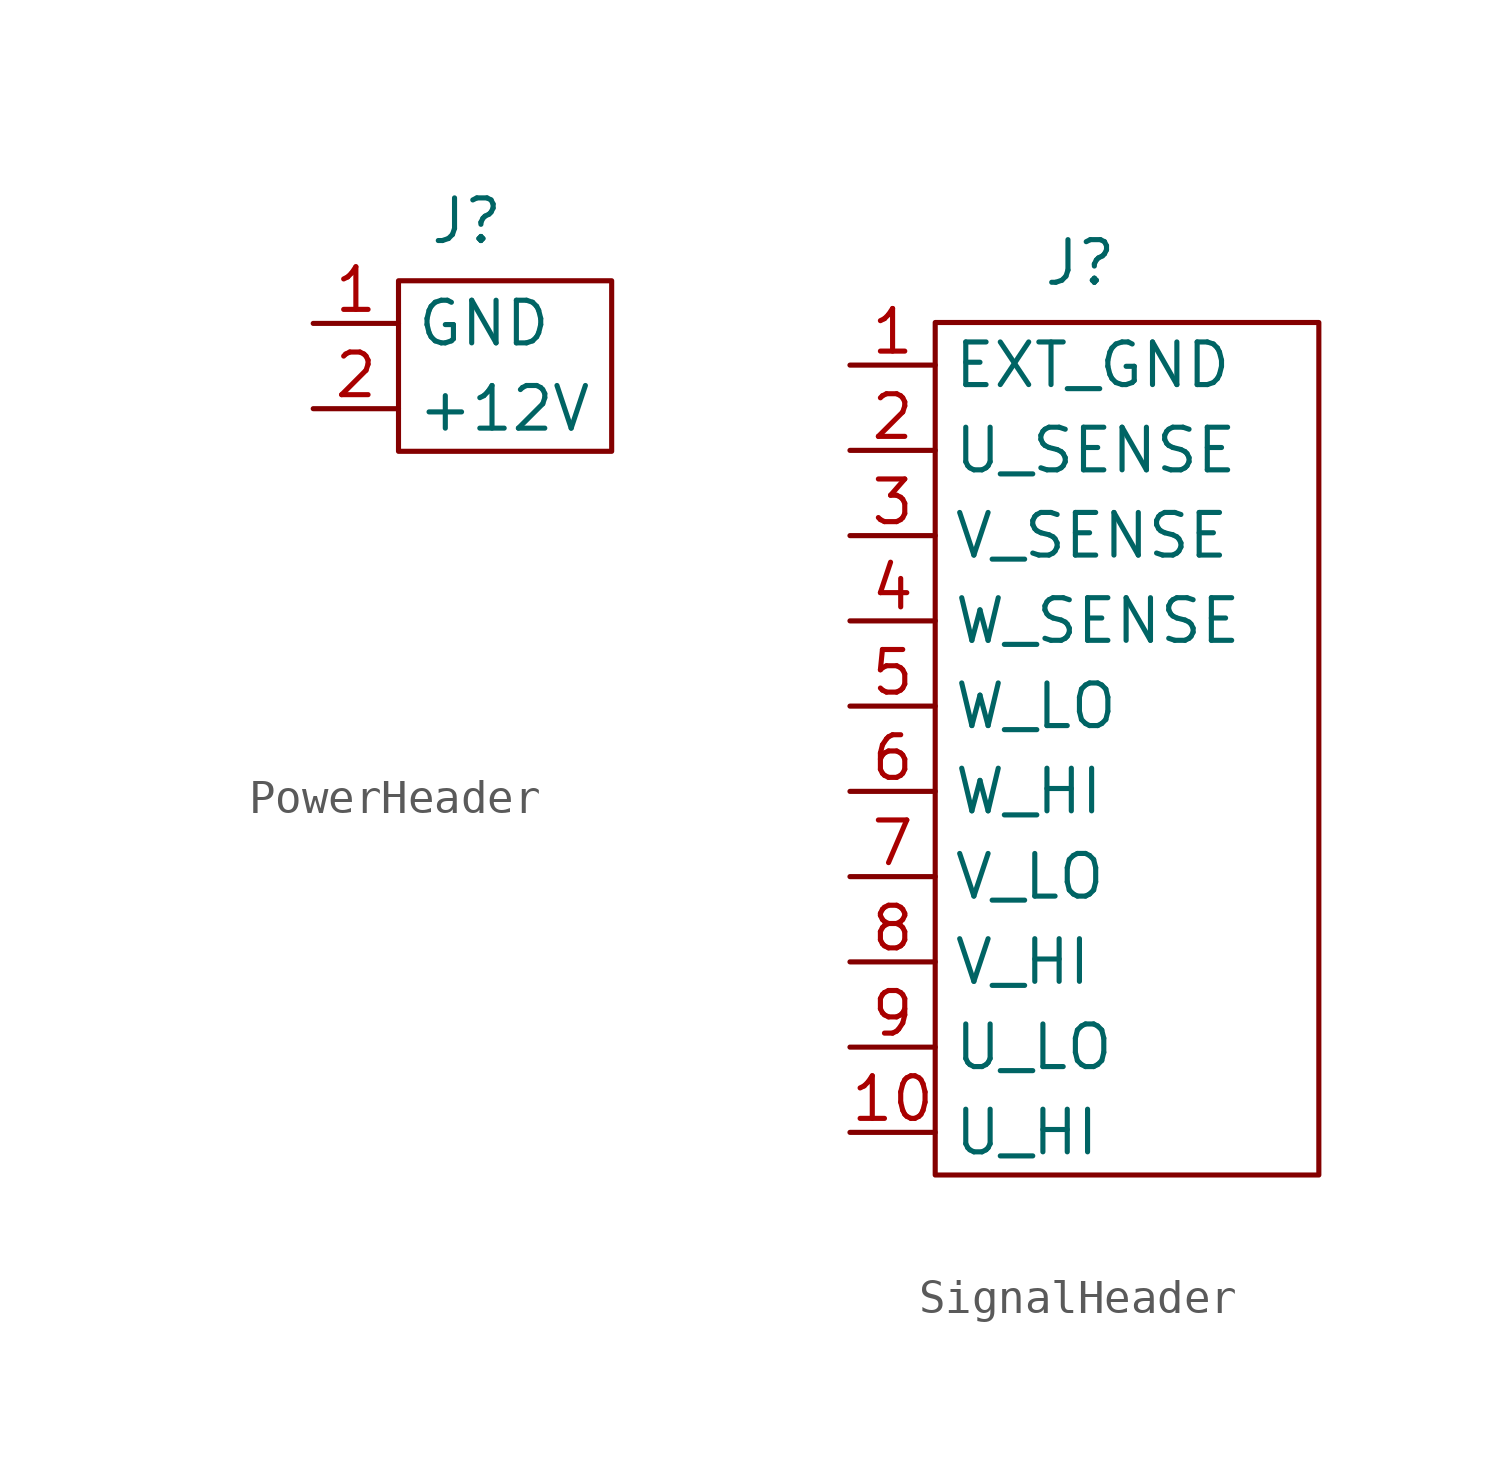
<source format=kicad_sym>
(kicad_symbol_lib
  (version 20231120)
  (generator "kicad_symbol_editor")
  (generator_version "8.0")
  (symbol "PowerHeader"
    (property "Reference" "J"
      (at 0.762 4.318 0)
      (effects (font (size 1.27 1.27))))
    (property "Value" ""
      (at -7.62 -10.16 0)
      (effects (font (size 1.27 1.27))))
    (symbol "PowerHeader_0_1"
      (rectangle (start -1.27 2.54) (end 5.08 -2.54) (stroke (width 0) (type default)) (fill (type none))))
    (symbol "PowerHeader_1_1"
      (pin output line (at -3.81 1.27 0) (length 2.54) (name "GND" (effects (font (size 1.27 1.27)))) (number "1" (effects (font (size 1.27 1.27)))))
      (pin output line (at -3.81 -1.27 0) (length 2.54) (name "+12V" (effects (font (size 1.27 1.27)))) (number "2" (effects (font (size 1.27 1.27)))))))
  (symbol "SignalHeader"
    (property "Reference" "J"
      (at -0.762 14.478 0)
      (effects (font (size 1.27 1.27))))
    (property "Value" ""
      (at -7.62 -10.16 0)
      (effects (font (size 1.27 1.27))))
    (symbol "SignalHeader_0_1"
      (rectangle (start -5.08 12.7) (end 6.35 -12.7) (stroke (width 0) (type default)) (fill (type none))))
    (symbol "SignalHeader_1_1"
      (pin output line (at -7.62 11.43 0) (length 2.54) (name "EXT_GND" (effects (font (size 1.27 1.27)))) (number "1" (effects (font (size 1.27 1.27)))))
      (pin input line (at -7.62 -11.43 0) (length 2.54) (name "U_HI" (effects (font (size 1.27 1.27)))) (number "10" (effects (font (size 1.27 1.27)))))
      (pin output line (at -7.62 8.89 0) (length 2.54) (name "U_SENSE" (effects (font (size 1.27 1.27)))) (number "2" (effects (font (size 1.27 1.27)))))
      (pin output line (at -7.62 6.35 0) (length 2.54) (name "V_SENSE" (effects (font (size 1.27 1.27)))) (number "3" (effects (font (size 1.27 1.27)))))
      (pin output line (at -7.62 3.81 0) (length 2.54) (name "W_SENSE" (effects (font (size 1.27 1.27)))) (number "4" (effects (font (size 1.27 1.27)))))
      (pin output line (at -7.62 1.27 0) (length 2.54) (name "W_LO" (effects (font (size 1.27 1.27)))) (number "5" (effects (font (size 1.27 1.27)))))
      (pin output line (at -7.62 -1.27 0) (length 2.54) (name "W_HI" (effects (font (size 1.27 1.27)))) (number "6" (effects (font (size 1.27 1.27)))))
      (pin output line (at -7.62 -3.81 0) (length 2.54) (name "V_LO" (effects (font (size 1.27 1.27)))) (number "7" (effects (font (size 1.27 1.27)))))
      (pin input line (at -7.62 -6.35 0) (length 2.54) (name "V_HI" (effects (font (size 1.27 1.27)))) (number "8" (effects (font (size 1.27 1.27)))))
      (pin input line (at -7.62 -8.89 0) (length 2.54) (name "U_LO" (effects (font (size 1.27 1.27)))) (number "9" (effects (font (size 1.27 1.27))))))))
</source>
